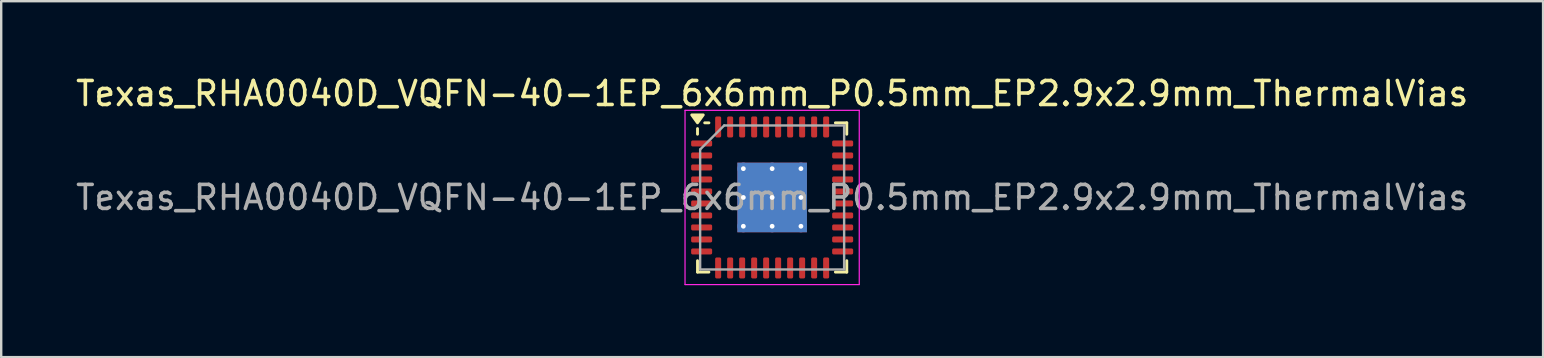
<source format=kicad_pcb>
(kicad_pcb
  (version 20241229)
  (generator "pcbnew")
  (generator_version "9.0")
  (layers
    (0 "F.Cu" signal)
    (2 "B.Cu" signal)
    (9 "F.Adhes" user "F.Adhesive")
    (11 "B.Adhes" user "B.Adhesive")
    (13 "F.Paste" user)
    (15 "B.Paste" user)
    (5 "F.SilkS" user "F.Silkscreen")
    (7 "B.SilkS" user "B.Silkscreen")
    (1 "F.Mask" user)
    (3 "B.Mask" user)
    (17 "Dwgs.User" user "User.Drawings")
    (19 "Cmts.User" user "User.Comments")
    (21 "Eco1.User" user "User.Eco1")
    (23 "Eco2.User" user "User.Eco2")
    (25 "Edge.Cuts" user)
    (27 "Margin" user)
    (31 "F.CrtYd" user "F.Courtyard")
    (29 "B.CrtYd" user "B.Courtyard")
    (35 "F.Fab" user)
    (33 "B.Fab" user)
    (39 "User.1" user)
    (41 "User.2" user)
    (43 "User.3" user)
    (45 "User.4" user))
  (footprint "Texas_RHA0040D_VQFN-40-1EP_6x6mm_P0.5mm_EP2.9x2.9mm_ThermalVias"
    (layer "F.Cu")
    (at 29.125 5.178)
    (property "Reference" "Texas_RHA0040D_VQFN-40-1EP_6x6mm_P0.5mm_EP2.9x2.9mm_ThermalVias" (at 0 -4.33 0) (layer "F.SilkS") (effects (font (size 1 1) (thickness 0.15))))
    (attr smd)
    (fp_line (start -3.11 -2.635) (end -3.11 -2.87) (stroke (width 0.12) (type solid)) (layer "F.SilkS"))
    (fp_line (start -3.11 3.11) (end -3.11 2.635) (stroke (width 0.12) (type solid)) (layer "F.SilkS"))
    (fp_line (start -2.635 -3.11) (end -2.81 -3.11) (stroke (width 0.12) (type solid)) (layer "F.SilkS"))
    (fp_line (start -2.635 3.11) (end -3.11 3.11) (stroke (width 0.12) (type solid)) (layer "F.SilkS"))
    (fp_line (start 2.635 -3.11) (end 3.11 -3.11) (stroke (width 0.12) (type solid)) (layer "F.SilkS"))
    (fp_line (start 2.635 3.11) (end 3.11 3.11) (stroke (width 0.12) (type solid)) (layer "F.SilkS"))
    (fp_line (start 3.11 -3.11) (end 3.11 -2.635) (stroke (width 0.12) (type solid)) (layer "F.SilkS"))
    (fp_line (start 3.11 3.11) (end 3.11 2.635) (stroke (width 0.12) (type solid)) (layer "F.SilkS"))
    (fp_poly (pts (xy -3.11 -3.11) (xy -3.35 -3.44) (xy -2.87 -3.44) (xy -3.11 -3.11)) (stroke (width 0.12) (type solid)) (fill yes) (layer "F.SilkS"))
    (fp_line (start -3.63 -3.63) (end -3.63 3.63) (stroke (width 0.05) (type solid)) (layer "F.CrtYd"))
    (fp_line (start -3.63 3.63) (end 3.63 3.63) (stroke (width 0.05) (type solid)) (layer "F.CrtYd"))
    (fp_line (start 3.63 -3.63) (end -3.63 -3.63) (stroke (width 0.05) (type solid)) (layer "F.CrtYd"))
    (fp_line (start 3.63 3.63) (end 3.63 -3.63) (stroke (width 0.05) (type solid)) (layer "F.CrtYd"))
    (fp_line (start -3 -2) (end -2 -3) (stroke (width 0.1) (type solid)) (layer "F.Fab"))
    (fp_line (start -3 3) (end -3 -2) (stroke (width 0.1) (type solid)) (layer "F.Fab"))
    (fp_line (start -2 -3) (end 3 -3) (stroke (width 0.1) (type solid)) (layer "F.Fab"))
    (fp_line (start 3 -3) (end 3 3) (stroke (width 0.1) (type solid)) (layer "F.Fab"))
    (fp_line (start 3 3) (end -3 3) (stroke (width 0.1) (type solid)) (layer "F.Fab"))
    (fp_text user "${REFERENCE}" (at 0 0 0) (layer "F.Fab") (effects (font (size 1 1) (thickness 0.15))))
    (pad "" smd roundrect (at -0.725 -0.725) (size 1.21 1.21) (layers "F.Paste") (roundrect_rratio 0.207))
    (pad "" smd roundrect (at -0.725 0.725) (size 1.21 1.21) (layers "F.Paste") (roundrect_rratio 0.207))
    (pad "" smd roundrect (at 0.725 -0.725) (size 1.21 1.21) (layers "F.Paste") (roundrect_rratio 0.207))
    (pad "" smd roundrect (at 0.725 0.725) (size 1.21 1.21) (layers "F.Paste") (roundrect_rratio 0.207))
    (pad "1" smd roundrect (at -2.938 -2.25) (size 0.875 0.25) (layers "F.Cu" "F.Mask" "F.Paste") (roundrect_rratio 0.25))
    (pad "2" smd roundrect (at -2.938 -1.75) (size 0.875 0.25) (layers "F.Cu" "F.Mask" "F.Paste") (roundrect_rratio 0.25))
    (pad "3" smd roundrect (at -2.938 -1.25) (size 0.875 0.25) (layers "F.Cu" "F.Mask" "F.Paste") (roundrect_rratio 0.25))
    (pad "4" smd roundrect (at -2.938 -0.75) (size 0.875 0.25) (layers "F.Cu" "F.Mask" "F.Paste") (roundrect_rratio 0.25))
    (pad "5" smd roundrect (at -2.938 -0.25) (size 0.875 0.25) (layers "F.Cu" "F.Mask" "F.Paste") (roundrect_rratio 0.25))
    (pad "6" smd roundrect (at -2.938 0.25) (size 0.875 0.25) (layers "F.Cu" "F.Mask" "F.Paste") (roundrect_rratio 0.25))
    (pad "7" smd roundrect (at -2.938 0.75) (size 0.875 0.25) (layers "F.Cu" "F.Mask" "F.Paste") (roundrect_rratio 0.25))
    (pad "8" smd roundrect (at -2.938 1.25) (size 0.875 0.25) (layers "F.Cu" "F.Mask" "F.Paste") (roundrect_rratio 0.25))
    (pad "9" smd roundrect (at -2.938 1.75) (size 0.875 0.25) (layers "F.Cu" "F.Mask" "F.Paste") (roundrect_rratio 0.25))
    (pad "10" smd roundrect (at -2.938 2.25) (size 0.875 0.25) (layers "F.Cu" "F.Mask" "F.Paste") (roundrect_rratio 0.25))
    (pad "11" smd roundrect (at -2.25 2.938) (size 0.25 0.875) (layers "F.Cu" "F.Mask" "F.Paste") (roundrect_rratio 0.25))
    (pad "12" smd roundrect (at -1.75 2.938) (size 0.25 0.875) (layers "F.Cu" "F.Mask" "F.Paste") (roundrect_rratio 0.25))
    (pad "13" smd roundrect (at -1.25 2.938) (size 0.25 0.875) (layers "F.Cu" "F.Mask" "F.Paste") (roundrect_rratio 0.25))
    (pad "14" smd roundrect (at -0.75 2.938) (size 0.25 0.875) (layers "F.Cu" "F.Mask" "F.Paste") (roundrect_rratio 0.25))
    (pad "15" smd roundrect (at -0.25 2.938) (size 0.25 0.875) (layers "F.Cu" "F.Mask" "F.Paste") (roundrect_rratio 0.25))
    (pad "16" smd roundrect (at 0.25 2.938) (size 0.25 0.875) (layers "F.Cu" "F.Mask" "F.Paste") (roundrect_rratio 0.25))
    (pad "17" smd roundrect (at 0.75 2.938) (size 0.25 0.875) (layers "F.Cu" "F.Mask" "F.Paste") (roundrect_rratio 0.25))
    (pad "18" smd roundrect (at 1.25 2.938) (size 0.25 0.875) (layers "F.Cu" "F.Mask" "F.Paste") (roundrect_rratio 0.25))
    (pad "19" smd roundrect (at 1.75 2.938) (size 0.25 0.875) (layers "F.Cu" "F.Mask" "F.Paste") (roundrect_rratio 0.25))
    (pad "20" smd roundrect (at 2.25 2.938) (size 0.25 0.875) (layers "F.Cu" "F.Mask" "F.Paste") (roundrect_rratio 0.25))
    (pad "21" smd roundrect (at 2.938 2.25) (size 0.875 0.25) (layers "F.Cu" "F.Mask" "F.Paste") (roundrect_rratio 0.25))
    (pad "22" smd roundrect (at 2.938 1.75) (size 0.875 0.25) (layers "F.Cu" "F.Mask" "F.Paste") (roundrect_rratio 0.25))
    (pad "23" smd roundrect (at 2.938 1.25) (size 0.875 0.25) (layers "F.Cu" "F.Mask" "F.Paste") (roundrect_rratio 0.25))
    (pad "24" smd roundrect (at 2.938 0.75) (size 0.875 0.25) (layers "F.Cu" "F.Mask" "F.Paste") (roundrect_rratio 0.25))
    (pad "25" smd roundrect (at 2.938 0.25) (size 0.875 0.25) (layers "F.Cu" "F.Mask" "F.Paste") (roundrect_rratio 0.25))
    (pad "26" smd roundrect (at 2.938 -0.25) (size 0.875 0.25) (layers "F.Cu" "F.Mask" "F.Paste") (roundrect_rratio 0.25))
    (pad "27" smd roundrect (at 2.938 -0.75) (size 0.875 0.25) (layers "F.Cu" "F.Mask" "F.Paste") (roundrect_rratio 0.25))
    (pad "28" smd roundrect (at 2.938 -1.25) (size 0.875 0.25) (layers "F.Cu" "F.Mask" "F.Paste") (roundrect_rratio 0.25))
    (pad "29" smd roundrect (at 2.938 -1.75) (size 0.875 0.25) (layers "F.Cu" "F.Mask" "F.Paste") (roundrect_rratio 0.25))
    (pad "30" smd roundrect (at 2.938 -2.25) (size 0.875 0.25) (layers "F.Cu" "F.Mask" "F.Paste") (roundrect_rratio 0.25))
    (pad "31" smd roundrect (at 2.25 -2.938) (size 0.25 0.875) (layers "F.Cu" "F.Mask" "F.Paste") (roundrect_rratio 0.25))
    (pad "32" smd roundrect (at 1.75 -2.938) (size 0.25 0.875) (layers "F.Cu" "F.Mask" "F.Paste") (roundrect_rratio 0.25))
    (pad "33" smd roundrect (at 1.25 -2.938) (size 0.25 0.875) (layers "F.Cu" "F.Mask" "F.Paste") (roundrect_rratio 0.25))
    (pad "34" smd roundrect (at 0.75 -2.938) (size 0.25 0.875) (layers "F.Cu" "F.Mask" "F.Paste") (roundrect_rratio 0.25))
    (pad "35" smd roundrect (at 0.25 -2.938) (size 0.25 0.875) (layers "F.Cu" "F.Mask" "F.Paste") (roundrect_rratio 0.25))
    (pad "36" smd roundrect (at -0.25 -2.938) (size 0.25 0.875) (layers "F.Cu" "F.Mask" "F.Paste") (roundrect_rratio 0.25))
    (pad "37" smd roundrect (at -0.75 -2.938) (size 0.25 0.875) (layers "F.Cu" "F.Mask" "F.Paste") (roundrect_rratio 0.25))
    (pad "38" smd roundrect (at -1.25 -2.938) (size 0.25 0.875) (layers "F.Cu" "F.Mask" "F.Paste") (roundrect_rratio 0.25))
    (pad "39" smd roundrect (at -1.75 -2.938) (size 0.25 0.875) (layers "F.Cu" "F.Mask" "F.Paste") (roundrect_rratio 0.25))
    (pad "40" smd roundrect (at -2.25 -2.938) (size 0.25 0.875) (layers "F.Cu" "F.Mask" "F.Paste") (roundrect_rratio 0.25))
    (pad "41" thru_hole circle (at -1.2 -1.2) (size 0.5 0.5) (drill 0.2) (property pad_prop_heatsink) (layers "*.Cu"))
    (pad "41" thru_hole circle (at -1.2 0) (size 0.5 0.5) (drill 0.2) (property pad_prop_heatsink) (layers "*.Cu"))
    (pad "41" thru_hole circle (at -1.2 1.2) (size 0.5 0.5) (drill 0.2) (property pad_prop_heatsink) (layers "*.Cu"))
    (pad "41" thru_hole circle (at 0 -1.2) (size 0.5 0.5) (drill 0.2) (property pad_prop_heatsink) (layers "*.Cu"))
    (pad "41" thru_hole circle (at 0 0) (size 0.5 0.5) (drill 0.2) (property pad_prop_heatsink) (layers "*.Cu"))
    (pad "41" smd rect (at 0 0) (size 2.9 2.9) (property pad_prop_heatsink) (layers "F.Cu" "F.Mask"))
    (pad "41" smd rect (at 0 0) (size 2.9 2.9) (property pad_prop_heatsink) (layers "B.Cu"))
    (pad "41" thru_hole circle (at 0 1.2) (size 0.5 0.5) (drill 0.2) (property pad_prop_heatsink) (layers "*.Cu"))
    (pad "41" thru_hole circle (at 1.2 -1.2) (size 0.5 0.5) (drill 0.2) (property pad_prop_heatsink) (layers "*.Cu"))
    (pad "41" thru_hole circle (at 1.2 0) (size 0.5 0.5) (drill 0.2) (property pad_prop_heatsink) (layers "*.Cu"))
    (pad "41" thru_hole circle (at 1.2 1.2) (size 0.5 0.5) (drill 0.2) (property pad_prop_heatsink) (layers "*.Cu")))
  (gr_rect
    (start -3 -3)
    (end 61.25 11.833)
    (stroke (width 0.1) (type default))
    (fill no)
    (layer "Edge.Cuts")))
</source>
